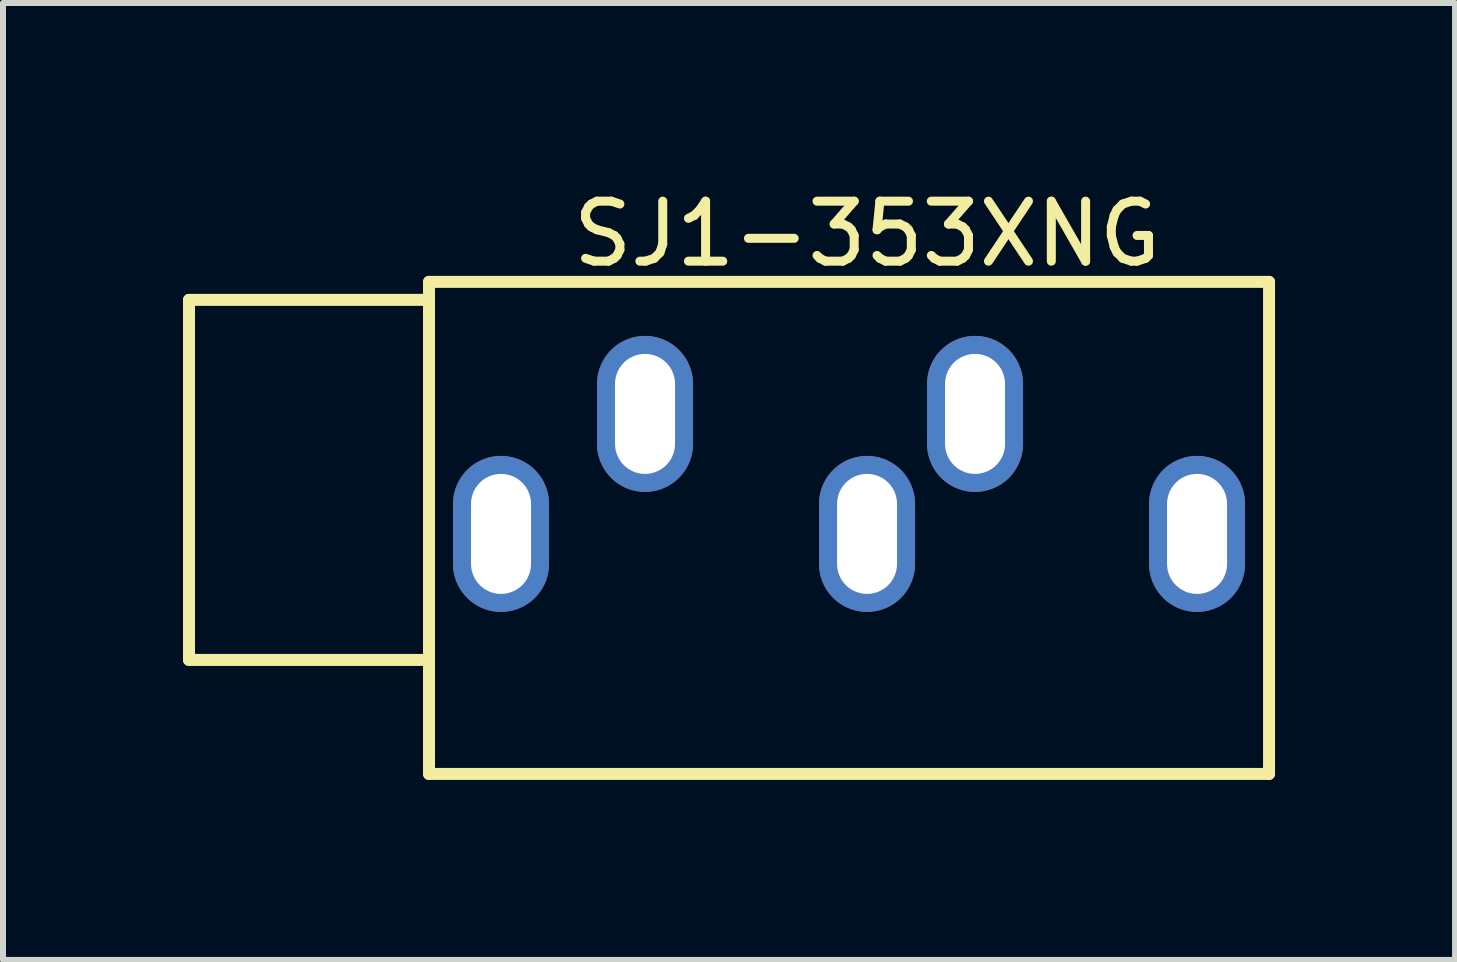
<source format=kicad_pcb>
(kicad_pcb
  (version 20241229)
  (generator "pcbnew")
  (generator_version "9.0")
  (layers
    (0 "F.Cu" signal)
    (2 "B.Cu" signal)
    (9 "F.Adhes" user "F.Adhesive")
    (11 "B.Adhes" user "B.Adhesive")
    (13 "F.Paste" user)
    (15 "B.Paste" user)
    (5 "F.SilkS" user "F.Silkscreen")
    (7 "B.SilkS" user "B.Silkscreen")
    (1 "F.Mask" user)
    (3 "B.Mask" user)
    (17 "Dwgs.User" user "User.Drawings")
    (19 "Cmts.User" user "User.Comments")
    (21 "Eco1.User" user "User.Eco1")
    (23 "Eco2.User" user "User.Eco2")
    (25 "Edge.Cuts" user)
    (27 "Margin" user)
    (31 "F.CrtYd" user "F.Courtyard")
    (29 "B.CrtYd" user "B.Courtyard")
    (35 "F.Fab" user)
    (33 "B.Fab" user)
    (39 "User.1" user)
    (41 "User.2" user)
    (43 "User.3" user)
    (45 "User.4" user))
  (footprint "SJ1-353XNG"
    (layer "F.Cu")
    (at 5.3 4.948)
    (property "Reference" "SJ1-353XNG" (at 6.1 -4.1 0) (layer "F.SilkS") (effects (font (size 1 1) (thickness 0.15))))
    (attr through_hole)
    (fp_line (start -5.2 -3) (end -1.2 -3) (stroke (width 0.2) (type solid)) (layer "F.SilkS"))
    (fp_line (start -5.2 0) (end -5.2 -3) (stroke (width 0.2) (type solid)) (layer "F.SilkS"))
    (fp_line (start -5.2 0) (end -5.2 3) (stroke (width 0.2) (type solid)) (layer "F.SilkS"))
    (fp_line (start -5.2 3) (end -1.2 3) (stroke (width 0.2) (type solid)) (layer "F.SilkS"))
    (fp_line (start -1.2 -3.3) (end 12.8 -3.3) (stroke (width 0.2) (type solid)) (layer "F.SilkS"))
    (fp_line (start -1.2 4.9) (end -1.2 -3.3) (stroke (width 0.2) (type solid)) (layer "F.SilkS"))
    (fp_line (start 12.8 -3.3) (end 12.8 4.9) (stroke (width 0.2) (type solid)) (layer "F.SilkS"))
    (fp_line (start 12.8 4.9) (end -1.2 4.9) (stroke (width 0.2) (type solid)) (layer "F.SilkS"))
    (pad "1" thru_hole oval (at 2.4 -1.1) (size 1.6 2.6) (drill oval 1 2) (layers "*.Cu" "*.Mask"))
    (pad "2" thru_hole oval (at 7.9 -1.1) (size 1.6 2.6) (drill oval 1 2) (layers "*.Cu" "*.Mask"))
    (pad "3" thru_hole oval (at 0 0.9) (size 1.6 2.6) (drill oval 1 2) (layers "*.Cu" "*.Mask"))
    (pad "4" thru_hole oval (at 11.6 0.9) (size 1.6 2.6) (drill oval 1 2) (layers "*.Cu" "*.Mask"))
    (pad "5" thru_hole oval (at 6.1 0.9) (size 1.6 2.6) (drill oval 1 2) (layers "*.Cu" "*.Mask")))
  (gr_rect
    (start -3 -3)
    (end 21.2 12.948)
    (stroke (width 0.1) (type default))
    (fill no)
    (layer "Edge.Cuts")))
</source>
